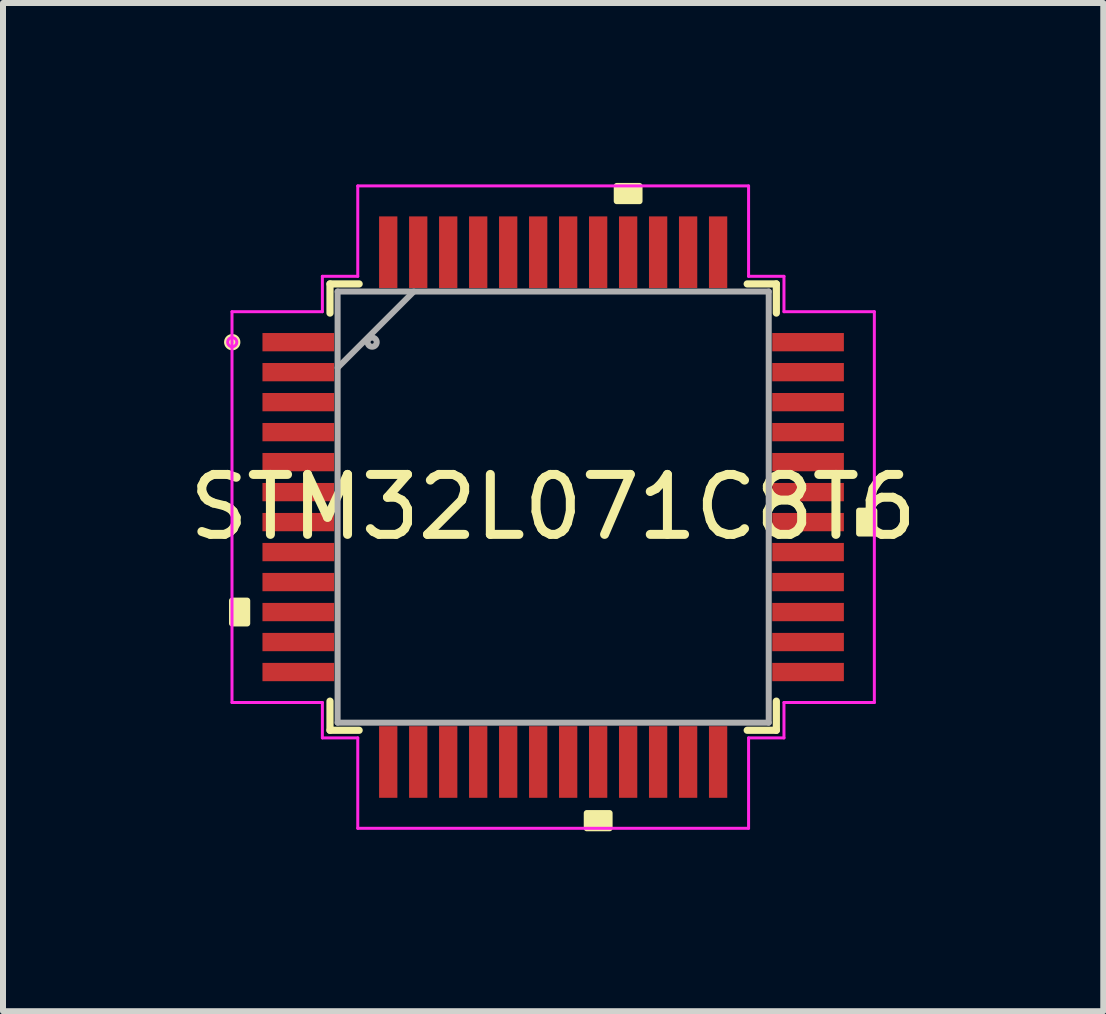
<source format=kicad_pcb>
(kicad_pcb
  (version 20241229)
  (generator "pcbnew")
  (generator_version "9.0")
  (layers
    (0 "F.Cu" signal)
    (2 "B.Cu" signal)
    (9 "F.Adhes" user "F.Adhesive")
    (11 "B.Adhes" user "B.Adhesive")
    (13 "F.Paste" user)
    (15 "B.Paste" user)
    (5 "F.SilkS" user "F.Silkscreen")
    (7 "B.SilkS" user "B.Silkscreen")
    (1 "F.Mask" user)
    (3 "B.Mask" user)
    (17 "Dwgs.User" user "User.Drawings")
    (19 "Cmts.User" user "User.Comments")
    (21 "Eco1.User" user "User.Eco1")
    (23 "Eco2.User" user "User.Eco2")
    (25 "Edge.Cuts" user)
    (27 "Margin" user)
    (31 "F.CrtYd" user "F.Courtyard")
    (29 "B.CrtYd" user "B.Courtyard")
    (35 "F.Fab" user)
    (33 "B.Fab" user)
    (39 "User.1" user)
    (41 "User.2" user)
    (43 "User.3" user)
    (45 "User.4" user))
  (footprint "STM32L071C8T6"
    (layer "F.Cu")
    (at 6.173 5.405)
    (property "Reference" "STM32L071C8T6" (at 0 0 0) (layer "F.SilkS") (effects (font (size 1 1) (thickness 0.15))))
    (attr through_hole)
    (fp_line (start -3.721 -3.721) (end -3.721 -3.235) (stroke (width 0.12) (type solid)) (layer "F.SilkS"))
    (fp_line (start -3.721 3.235) (end -3.721 3.721) (stroke (width 0.12) (type solid)) (layer "F.SilkS"))
    (fp_line (start -3.721 3.721) (end -3.235 3.721) (stroke (width 0.12) (type solid)) (layer "F.SilkS"))
    (fp_line (start -3.235 -3.721) (end -3.721 -3.721) (stroke (width 0.12) (type solid)) (layer "F.SilkS"))
    (fp_line (start 3.235 3.721) (end 3.721 3.721) (stroke (width 0.12) (type solid)) (layer "F.SilkS"))
    (fp_line (start 3.721 -3.721) (end 3.235 -3.721) (stroke (width 0.12) (type solid)) (layer "F.SilkS"))
    (fp_line (start 3.721 -3.235) (end 3.721 -3.721) (stroke (width 0.12) (type solid)) (layer "F.SilkS"))
    (fp_line (start 3.721 3.721) (end 3.721 3.235) (stroke (width 0.12) (type solid)) (layer "F.SilkS"))
    (fp_circle (center -5.351 -2.75) (end -5.275 -2.75) (stroke (width 0.12) (type solid)) (fill no) (layer "F.SilkS"))
    (fp_poly (pts (xy -5.355 1.559) (xy -5.355 1.94) (xy -5.101 1.94) (xy -5.101 1.559)) (stroke (width 0.1) (type solid)) (fill yes) (layer "F.SilkS"))
    (fp_poly (pts (xy 0.56 5.101) (xy 0.56 5.355) (xy 0.941 5.355) (xy 0.941 5.101)) (stroke (width 0.1) (type solid)) (fill yes) (layer "F.SilkS"))
    (fp_poly (pts (xy 1.06 -5.101) (xy 1.06 -5.355) (xy 1.44 -5.355) (xy 1.44 -5.101)) (stroke (width 0.1) (type solid)) (fill yes) (layer "F.SilkS"))
    (fp_poly (pts (xy 5.355 0.059) (xy 5.355 0.441) (xy 5.101 0.441) (xy 5.101 0.059)) (stroke (width 0.1) (type solid)) (fill yes) (layer "F.SilkS"))
    (fp_line (start -5.355 -3.258) (end -3.848 -3.258) (stroke (width 0.05) (type solid)) (layer "F.CrtYd"))
    (fp_line (start -5.355 3.258) (end -5.355 -3.258) (stroke (width 0.05) (type solid)) (layer "F.CrtYd"))
    (fp_line (start -3.848 -3.848) (end -3.258 -3.848) (stroke (width 0.05) (type solid)) (layer "F.CrtYd"))
    (fp_line (start -3.848 -3.258) (end -3.848 -3.848) (stroke (width 0.05) (type solid)) (layer "F.CrtYd"))
    (fp_line (start -3.848 3.258) (end -5.355 3.258) (stroke (width 0.05) (type solid)) (layer "F.CrtYd"))
    (fp_line (start -3.848 3.848) (end -3.848 3.258) (stroke (width 0.05) (type solid)) (layer "F.CrtYd"))
    (fp_line (start -3.258 -5.355) (end 3.258 -5.355) (stroke (width 0.05) (type solid)) (layer "F.CrtYd"))
    (fp_line (start -3.258 -3.848) (end -3.258 -5.355) (stroke (width 0.05) (type solid)) (layer "F.CrtYd"))
    (fp_line (start -3.258 3.848) (end -3.848 3.848) (stroke (width 0.05) (type solid)) (layer "F.CrtYd"))
    (fp_line (start -3.258 5.355) (end -3.258 3.848) (stroke (width 0.05) (type solid)) (layer "F.CrtYd"))
    (fp_line (start 3.258 -5.355) (end 3.258 -3.848) (stroke (width 0.05) (type solid)) (layer "F.CrtYd"))
    (fp_line (start 3.258 -3.848) (end 3.848 -3.848) (stroke (width 0.05) (type solid)) (layer "F.CrtYd"))
    (fp_line (start 3.258 3.848) (end 3.258 5.355) (stroke (width 0.05) (type solid)) (layer "F.CrtYd"))
    (fp_line (start 3.258 5.355) (end -3.258 5.355) (stroke (width 0.05) (type solid)) (layer "F.CrtYd"))
    (fp_line (start 3.848 -3.848) (end 3.848 -3.258) (stroke (width 0.05) (type solid)) (layer "F.CrtYd"))
    (fp_line (start 3.848 -3.258) (end 5.355 -3.258) (stroke (width 0.05) (type solid)) (layer "F.CrtYd"))
    (fp_line (start 3.848 3.258) (end 3.848 3.848) (stroke (width 0.05) (type solid)) (layer "F.CrtYd"))
    (fp_line (start 3.848 3.848) (end 3.258 3.848) (stroke (width 0.05) (type solid)) (layer "F.CrtYd"))
    (fp_line (start 5.355 -3.258) (end 5.355 3.258) (stroke (width 0.05) (type solid)) (layer "F.CrtYd"))
    (fp_line (start 5.355 3.258) (end 3.848 3.258) (stroke (width 0.05) (type solid)) (layer "F.CrtYd"))
    (fp_circle (center -5.351 -2.75) (end -5.275 -2.75) (stroke (width 0.05) (type solid)) (fill no) (layer "F.CrtYd"))
    (fp_line (start -3.594 -3.594) (end -3.594 3.594) (stroke (width 0.1) (type solid)) (layer "F.Fab"))
    (fp_line (start -3.594 -2.324) (end -2.324 -3.594) (stroke (width 0.1) (type solid)) (layer "F.Fab"))
    (fp_line (start -3.594 3.594) (end 3.594 3.594) (stroke (width 0.1) (type solid)) (layer "F.Fab"))
    (fp_line (start 3.594 -3.594) (end -3.594 -3.594) (stroke (width 0.1) (type solid)) (layer "F.Fab"))
    (fp_line (start 3.594 3.594) (end 3.594 -3.594) (stroke (width 0.1) (type solid)) (layer "F.Fab"))
    (fp_circle (center -3.018 -2.75) (end -2.942 -2.75) (stroke (width 0.1) (type solid)) (fill no) (layer "F.Fab"))
    (pad "1" smd rect (at -4.25 -2.75) (size 1.194 0.305) (layers "F.Cu" "F.Mask" "F.Paste"))
    (pad "2" smd rect (at -4.25 -2.25) (size 1.194 0.305) (layers "F.Cu" "F.Mask" "F.Paste"))
    (pad "3" smd rect (at -4.25 -1.75) (size 1.194 0.305) (layers "F.Cu" "F.Mask" "F.Paste"))
    (pad "4" smd rect (at -4.25 -1.25) (size 1.194 0.305) (layers "F.Cu" "F.Mask" "F.Paste"))
    (pad "5" smd rect (at -4.25 -0.75) (size 1.194 0.305) (layers "F.Cu" "F.Mask" "F.Paste"))
    (pad "6" smd rect (at -4.25 -0.25) (size 1.194 0.305) (layers "F.Cu" "F.Mask" "F.Paste"))
    (pad "7" smd rect (at -4.25 0.25) (size 1.194 0.305) (layers "F.Cu" "F.Mask" "F.Paste"))
    (pad "8" smd rect (at -4.25 0.75) (size 1.194 0.305) (layers "F.Cu" "F.Mask" "F.Paste"))
    (pad "9" smd rect (at -4.25 1.25) (size 1.194 0.305) (layers "F.Cu" "F.Mask" "F.Paste"))
    (pad "10" smd rect (at -4.25 1.75) (size 1.194 0.305) (layers "F.Cu" "F.Mask" "F.Paste"))
    (pad "11" smd rect (at -4.25 2.25) (size 1.194 0.305) (layers "F.Cu" "F.Mask" "F.Paste"))
    (pad "12" smd rect (at -4.25 2.75) (size 1.194 0.305) (layers "F.Cu" "F.Mask" "F.Paste"))
    (pad "13" smd rect (at -2.75 4.25 90) (size 1.194 0.305) (layers "F.Cu" "F.Mask" "F.Paste"))
    (pad "14" smd rect (at -2.25 4.25 90) (size 1.194 0.305) (layers "F.Cu" "F.Mask" "F.Paste"))
    (pad "15" smd rect (at -1.75 4.25 90) (size 1.194 0.305) (layers "F.Cu" "F.Mask" "F.Paste"))
    (pad "16" smd rect (at -1.25 4.25 90) (size 1.194 0.305) (layers "F.Cu" "F.Mask" "F.Paste"))
    (pad "17" smd rect (at -0.75 4.25 90) (size 1.194 0.305) (layers "F.Cu" "F.Mask" "F.Paste"))
    (pad "18" smd rect (at -0.25 4.25 90) (size 1.194 0.305) (layers "F.Cu" "F.Mask" "F.Paste"))
    (pad "19" smd rect (at 0.25 4.25 90) (size 1.194 0.305) (layers "F.Cu" "F.Mask" "F.Paste"))
    (pad "20" smd rect (at 0.75 4.25 90) (size 1.194 0.305) (layers "F.Cu" "F.Mask" "F.Paste"))
    (pad "21" smd rect (at 1.25 4.25 90) (size 1.194 0.305) (layers "F.Cu" "F.Mask" "F.Paste"))
    (pad "22" smd rect (at 1.75 4.25 90) (size 1.194 0.305) (layers "F.Cu" "F.Mask" "F.Paste"))
    (pad "23" smd rect (at 2.25 4.25 90) (size 1.194 0.305) (layers "F.Cu" "F.Mask" "F.Paste"))
    (pad "24" smd rect (at 2.75 4.25 90) (size 1.194 0.305) (layers "F.Cu" "F.Mask" "F.Paste"))
    (pad "25" smd rect (at 4.25 2.75) (size 1.194 0.305) (layers "F.Cu" "F.Mask" "F.Paste"))
    (pad "26" smd rect (at 4.25 2.25) (size 1.194 0.305) (layers "F.Cu" "F.Mask" "F.Paste"))
    (pad "27" smd rect (at 4.25 1.75) (size 1.194 0.305) (layers "F.Cu" "F.Mask" "F.Paste"))
    (pad "28" smd rect (at 4.25 1.25) (size 1.194 0.305) (layers "F.Cu" "F.Mask" "F.Paste"))
    (pad "29" smd rect (at 4.25 0.75) (size 1.194 0.305) (layers "F.Cu" "F.Mask" "F.Paste"))
    (pad "30" smd rect (at 4.25 0.25) (size 1.194 0.305) (layers "F.Cu" "F.Mask" "F.Paste"))
    (pad "31" smd rect (at 4.25 -0.25) (size 1.194 0.305) (layers "F.Cu" "F.Mask" "F.Paste"))
    (pad "32" smd rect (at 4.25 -0.75) (size 1.194 0.305) (layers "F.Cu" "F.Mask" "F.Paste"))
    (pad "33" smd rect (at 4.25 -1.25) (size 1.194 0.305) (layers "F.Cu" "F.Mask" "F.Paste"))
    (pad "34" smd rect (at 4.25 -1.75) (size 1.194 0.305) (layers "F.Cu" "F.Mask" "F.Paste"))
    (pad "35" smd rect (at 4.25 -2.25) (size 1.194 0.305) (layers "F.Cu" "F.Mask" "F.Paste"))
    (pad "36" smd rect (at 4.25 -2.75) (size 1.194 0.305) (layers "F.Cu" "F.Mask" "F.Paste"))
    (pad "37" smd rect (at 2.75 -4.25 90) (size 1.194 0.305) (layers "F.Cu" "F.Mask" "F.Paste"))
    (pad "38" smd rect (at 2.25 -4.25 90) (size 1.194 0.305) (layers "F.Cu" "F.Mask" "F.Paste"))
    (pad "39" smd rect (at 1.75 -4.25 90) (size 1.194 0.305) (layers "F.Cu" "F.Mask" "F.Paste"))
    (pad "40" smd rect (at 1.25 -4.25 90) (size 1.194 0.305) (layers "F.Cu" "F.Mask" "F.Paste"))
    (pad "41" smd rect (at 0.75 -4.25 90) (size 1.194 0.305) (layers "F.Cu" "F.Mask" "F.Paste"))
    (pad "42" smd rect (at 0.25 -4.25 90) (size 1.194 0.305) (layers "F.Cu" "F.Mask" "F.Paste"))
    (pad "43" smd rect (at -0.25 -4.25 90) (size 1.194 0.305) (layers "F.Cu" "F.Mask" "F.Paste"))
    (pad "44" smd rect (at -0.75 -4.25 90) (size 1.194 0.305) (layers "F.Cu" "F.Mask" "F.Paste"))
    (pad "45" smd rect (at -1.25 -4.25 90) (size 1.194 0.305) (layers "F.Cu" "F.Mask" "F.Paste"))
    (pad "46" smd rect (at -1.75 -4.25 90) (size 1.194 0.305) (layers "F.Cu" "F.Mask" "F.Paste"))
    (pad "47" smd rect (at -2.25 -4.25 90) (size 1.194 0.305) (layers "F.Cu" "F.Mask" "F.Paste"))
    (pad "48" smd rect (at -2.75 -4.25 90) (size 1.194 0.305) (layers "F.Cu" "F.Mask" "F.Paste")))
  (gr_rect
    (start -3 -3)
    (end 15.345 13.81)
    (stroke (width 0.1) (type default))
    (fill no)
    (layer "Edge.Cuts")))
</source>
